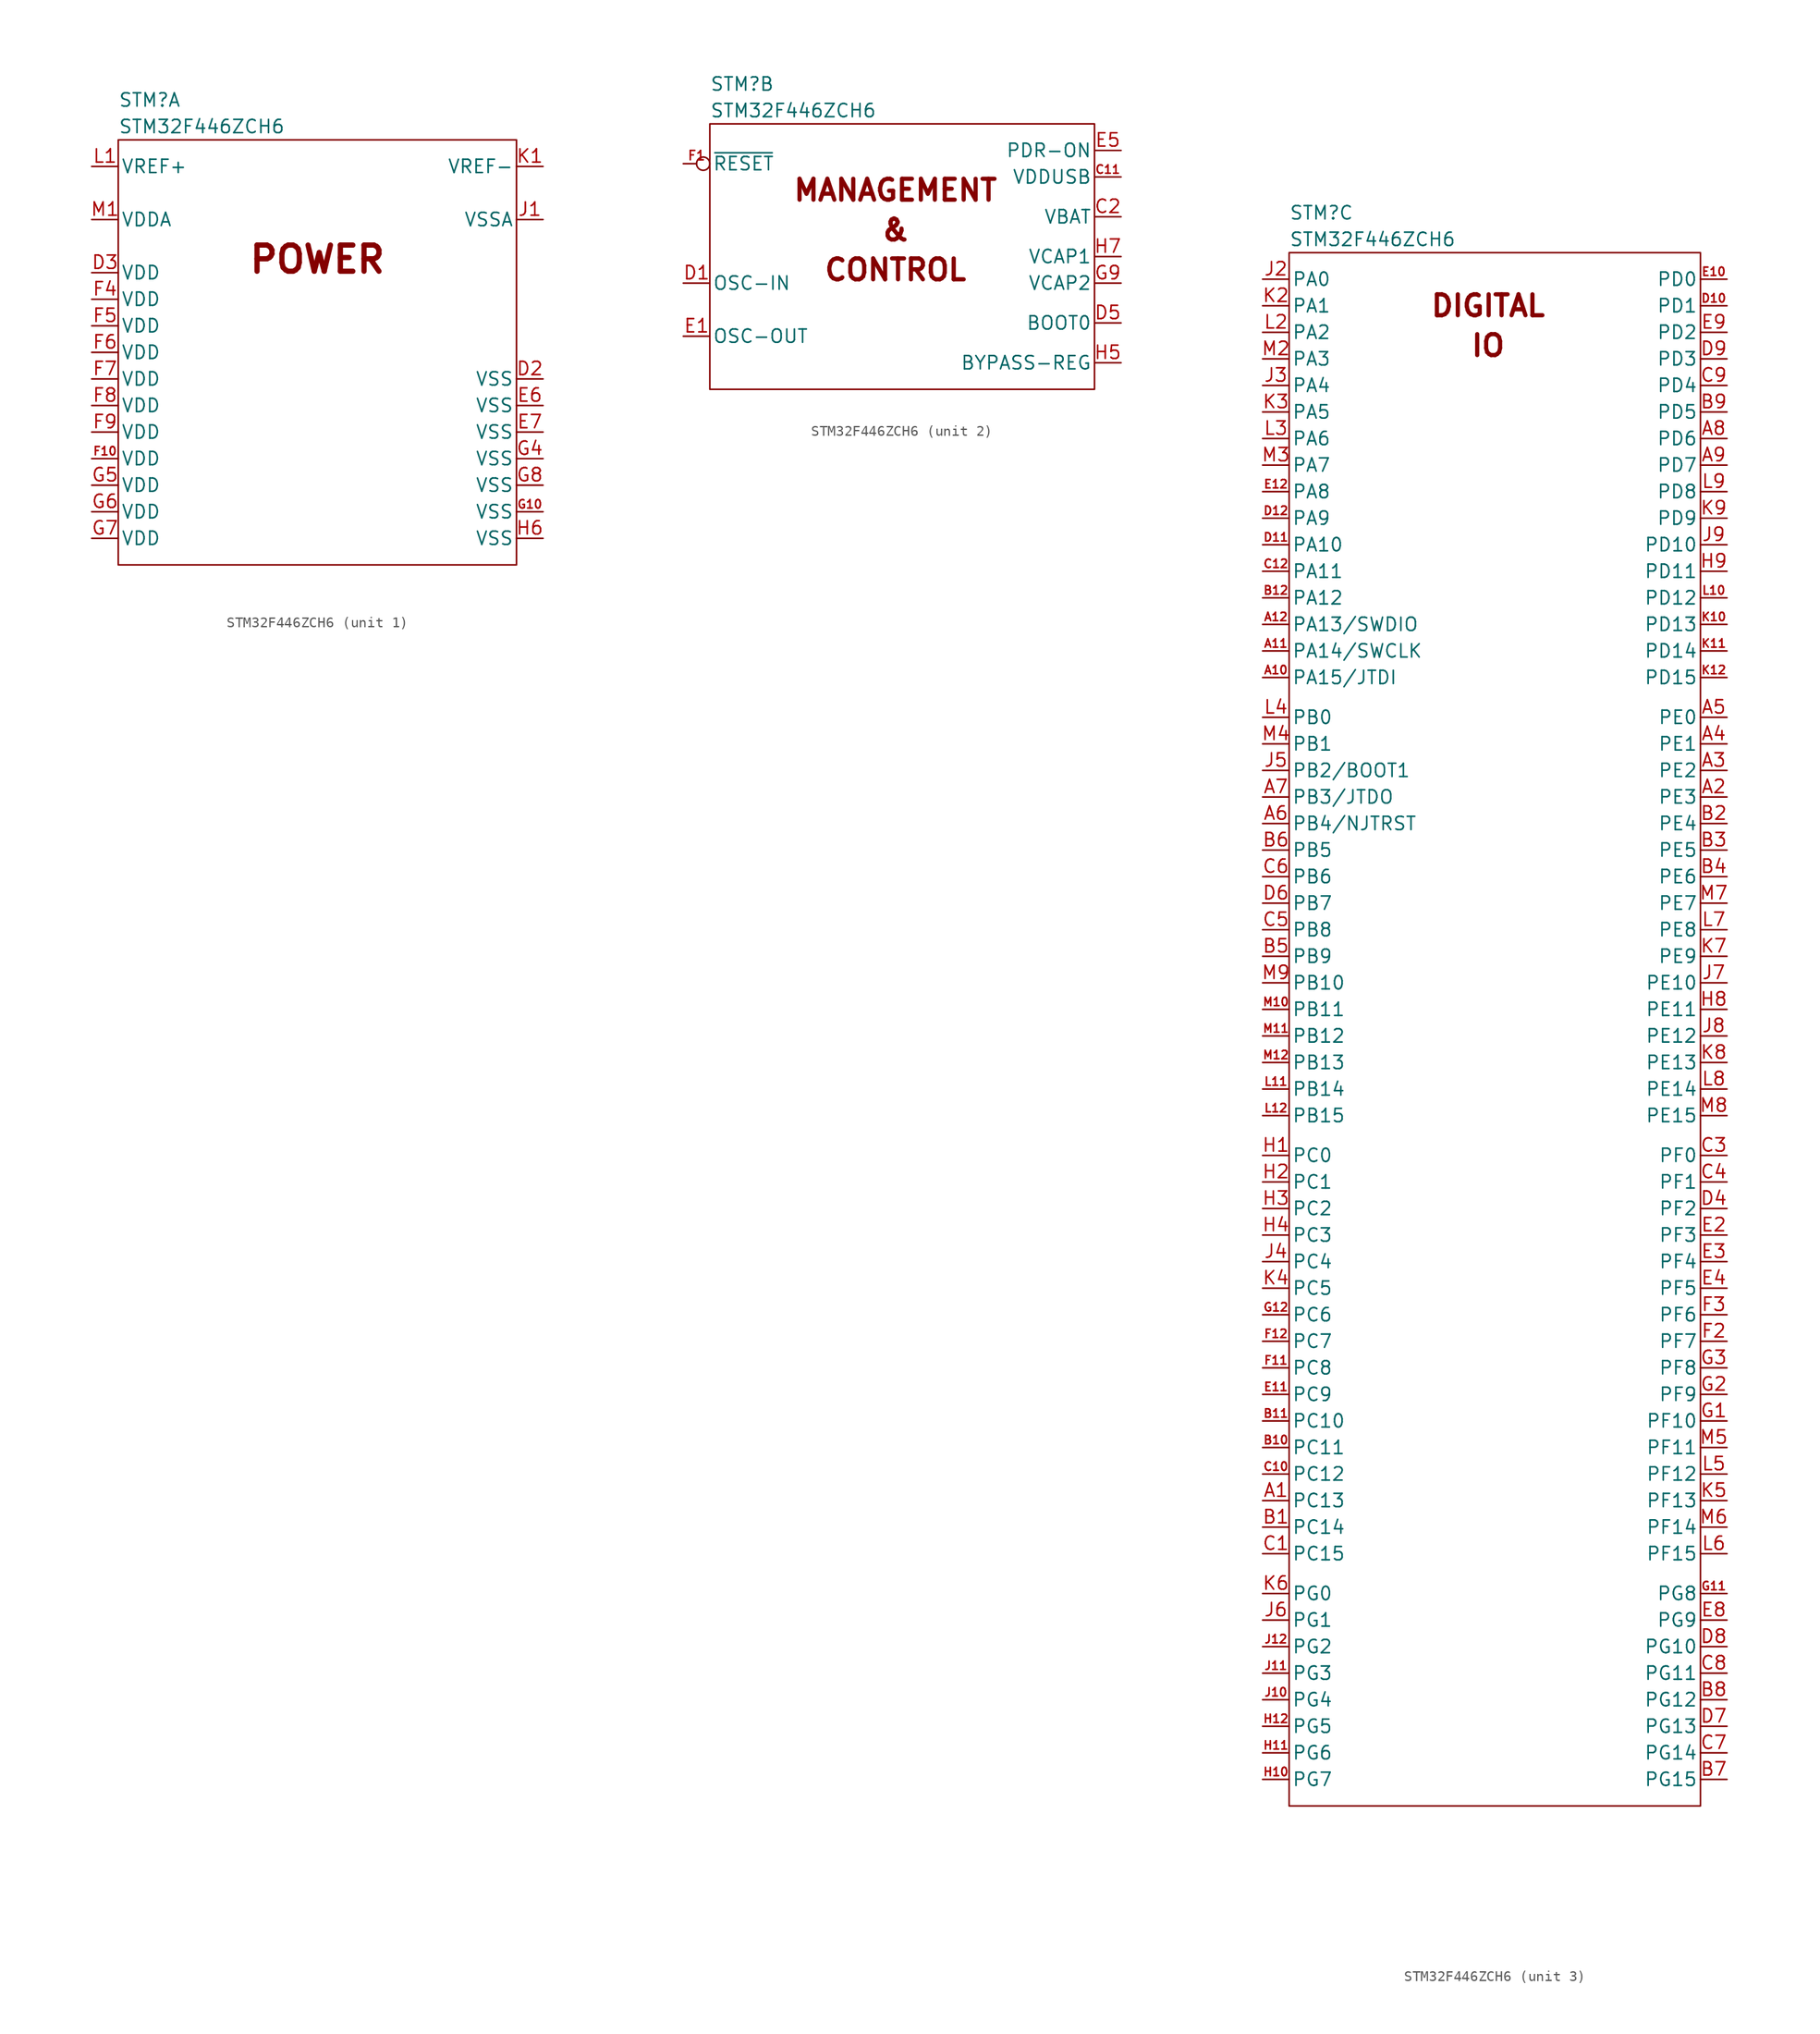
<source format=kicad_sym>
(kicad_symbol_lib
  (version 20211014)
  (generator kicad_symbol_editor)
  (symbol "STM32F446ZCH6"
    (pin_names
      (offset 0.254))
    (property "Reference" "STM"
      (at 0 3.81 0)
      (effects (font (size 1.27 1.27)) (justify left)))
    (property "Value" "STM32F446ZCH6"
      (at 0 1.27 0)
      (effects (font (size 1.27 1.27)) (justify left)))
    (property "ki_locked" ""
      (at 0 0 0)
      (effects (font (size 1.27 1.27))))
    (symbol "STM32F446ZCH6_1_0"
      (text "POWER" (at 19.05 -11.43 0) (effects (font (size 2.5 2.5) bold)))
      (pin power_in line (at 40.64 -22.86 180) (length 2.54) (name "VSS" (effects (font (size 1.27 1.27)))) (number "D2" (effects (font (size 1.27 1.27)))))
      (pin power_in line (at -2.54 -12.7 0) (length 2.54) (name "VDD" (effects (font (size 1.27 1.27)))) (number "D3" (effects (font (size 1.27 1.27)))))
      (pin power_in line (at 40.64 -25.4 180) (length 2.54) (name "VSS" (effects (font (size 1.27 1.27)))) (number "E6" (effects (font (size 1.27 1.27)))))
      (pin power_in line (at 40.64 -27.94 180) (length 2.54) (name "VSS" (effects (font (size 1.27 1.27)))) (number "E7" (effects (font (size 1.27 1.27)))))
      (pin power_in line (at -2.54 -30.48 0) (length 2.54) (name "VDD" (effects (font (size 1.27 1.27)))) (number "F10" (effects (font (size 0.8 0.8)))))
      (pin power_in line (at -2.54 -15.24 0) (length 2.54) (name "VDD" (effects (font (size 1.27 1.27)))) (number "F4" (effects (font (size 1.27 1.27)))))
      (pin power_in line (at -2.54 -17.78 0) (length 2.54) (name "VDD" (effects (font (size 1.27 1.27)))) (number "F5" (effects (font (size 1.27 1.27)))))
      (pin power_in line (at -2.54 -20.32 0) (length 2.54) (name "VDD" (effects (font (size 1.27 1.27)))) (number "F6" (effects (font (size 1.27 1.27)))))
      (pin power_in line (at -2.54 -22.86 0) (length 2.54) (name "VDD" (effects (font (size 1.27 1.27)))) (number "F7" (effects (font (size 1.27 1.27)))))
      (pin power_in line (at -2.54 -25.4 0) (length 2.54) (name "VDD" (effects (font (size 1.27 1.27)))) (number "F8" (effects (font (size 1.27 1.27)))))
      (pin power_in line (at -2.54 -27.94 0) (length 2.54) (name "VDD" (effects (font (size 1.27 1.27)))) (number "F9" (effects (font (size 1.27 1.27)))))
      (pin power_in line (at 40.64 -35.56 180) (length 2.54) (name "VSS" (effects (font (size 1.27 1.27)))) (number "G10" (effects (font (size 0.8 0.8)))))
      (pin power_in line (at 40.64 -30.48 180) (length 2.54) (name "VSS" (effects (font (size 1.27 1.27)))) (number "G4" (effects (font (size 1.27 1.27)))))
      (pin power_in line (at -2.54 -33.02 0) (length 2.54) (name "VDD" (effects (font (size 1.27 1.27)))) (number "G5" (effects (font (size 1.27 1.27)))))
      (pin power_in line (at -2.54 -35.56 0) (length 2.54) (name "VDD" (effects (font (size 1.27 1.27)))) (number "G6" (effects (font (size 1.27 1.27)))))
      (pin power_in line (at -2.54 -38.1 0) (length 2.54) (name "VDD" (effects (font (size 1.27 1.27)))) (number "G7" (effects (font (size 1.27 1.27)))))
      (pin power_in line (at 40.64 -33.02 180) (length 2.54) (name "VSS" (effects (font (size 1.27 1.27)))) (number "G8" (effects (font (size 1.27 1.27)))))
      (pin power_in line (at 40.64 -38.1 180) (length 2.54) (name "VSS" (effects (font (size 1.27 1.27)))) (number "H6" (effects (font (size 1.27 1.27)))))
      (pin power_in line (at 40.64 -7.62 180) (length 2.54) (name "VSSA" (effects (font (size 1.27 1.27)))) (number "J1" (effects (font (size 1.27 1.27)))))
      (pin bidirectional line (at 40.64 -2.54 180) (length 2.54) (name "VREF-" (effects (font (size 1.27 1.27)))) (number "K1" (effects (font (size 1.27 1.27)))))
      (pin bidirectional line (at -2.54 -2.54 0) (length 2.54) (name "VREF+" (effects (font (size 1.27 1.27)))) (number "L1" (effects (font (size 1.27 1.27)))))
      (pin power_in line (at -2.54 -7.62 0) (length 2.54) (name "VDDA" (effects (font (size 1.27 1.27)))) (number "M1" (effects (font (size 1.27 1.27))))))
    (symbol "STM32F446ZCH6_1_1"
      (rectangle (start 0 0) (end 38.1 -40.64) (stroke (width 0) (type default) (color 0 0 0 0)) (fill (type none))))
    (symbol "STM32F446ZCH6_2_0"
      (text "&" (at 17.78 -10.16 0) (effects (font (size 2 2) bold)))
      (text "CONTROL" (at 17.78 -13.97 0) (effects (font (size 2 2) bold)))
      (text "MANAGEMENT" (at 17.78 -6.35 0) (effects (font (size 2 2) bold)))
      (pin power_in line (at 39.37 -5.08 180) (length 2.54) (name "VDDUSB" (effects (font (size 1.27 1.27)))) (number "C11" (effects (font (size 0.8 0.8)))))
      (pin power_in line (at 39.37 -8.89 180) (length 2.54) (name "VBAT" (effects (font (size 1.27 1.27)))) (number "C2" (effects (font (size 1.27 1.27)))))
      (pin passive line (at -2.54 -15.24 0) (length 2.54) (name "OSC-IN" (effects (font (size 1.27 1.27)))) (number "D1" (effects (font (size 1.27 1.27)))))
      (pin input line (at 39.37 -19.05 180) (length 2.54) (name "BOOT0" (effects (font (size 1.27 1.27)))) (number "D5" (effects (font (size 1.27 1.27)))))
      (pin passive line (at -2.54 -20.32 0) (length 2.54) (name "OSC-OUT" (effects (font (size 1.27 1.27)))) (number "E1" (effects (font (size 1.27 1.27)))))
      (pin input line (at 39.37 -2.54 180) (length 2.54) (name "PDR-ON" (effects (font (size 1.27 1.27)))) (number "E5" (effects (font (size 1.27 1.27)))))
      (pin input inverted (at -2.54 -3.81 0) (length 2.54) (name "~{RESET}" (effects (font (size 1.27 1.27)))) (number "F1" (effects (font (size 0.9 0.9)))))
      (pin passive line (at 39.37 -15.24 180) (length 2.54) (name "VCAP2" (effects (font (size 1.27 1.27)))) (number "G9" (effects (font (size 1.27 1.27)))))
      (pin input line (at 39.37 -22.86 180) (length 2.54) (name "BYPASS-REG" (effects (font (size 1.27 1.27)))) (number "H5" (effects (font (size 1.27 1.27)))))
      (pin passive line (at 39.37 -12.7 180) (length 2.54) (name "VCAP1" (effects (font (size 1.27 1.27)))) (number "H7" (effects (font (size 1.27 1.27))))))
    (symbol "STM32F446ZCH6_2_1"
      (rectangle (start 0 0) (end 36.83 -25.4) (stroke (width 0) (type default) (color 0 0 0 0)) (fill (type none))))
    (symbol "STM32F446ZCH6_3_0"
      (text "DIGITAL" (at 19.05 -5.08 0) (effects (font (size 2 2) bold)))
      (text "IO" (at 19.05 -8.89 0) (effects (font (size 2 2) bold)))
      (pin bidirectional line (at -2.54 -119.38 0) (length 2.54) (name "PC13" (effects (font (size 1.27 1.27)))) (number "A1" (effects (font (size 1.27 1.27)))) (alternate "EVENTOUT" output line) (alternate "TAMP_1" input line) (alternate "WKUP1" input line))
      (pin bidirectional line (at -2.54 -40.64 0) (length 2.54) (name "PA15/JTDI" (effects (font (size 1.27 1.27)))) (number "A10" (effects (font (size 0.8 0.8)))) (alternate "HDMI-CEC" bidirectional line) (alternate "I2S1-WS" bidirectional line) (alternate "I2S3-WS" bidirectional line) (alternate "JTDI" bidirectional line) (alternate "SPI1-NSS" bidirectional line) (alternate "SPI3-NSS" bidirectional line) (alternate "TIM2-CH1" bidirectional line) (alternate "TIM2-ETR" bidirectional line) (alternate "UART4-RTS" bidirectional line))
      (pin bidirectional line (at -2.54 -38.1 0) (length 2.54) (name "PA14/SWCLK" (effects (font (size 1.27 1.27)))) (number "A11" (effects (font (size 0.8 0.8)))) (alternate "JTCK" bidirectional line) (alternate "JTCK-SWCLK" bidirectional line) (alternate "SWCLK" bidirectional line))
      (pin bidirectional line (at -2.54 -35.56 0) (length 2.54) (name "PA13/SWDIO" (effects (font (size 1.27 1.27)))) (number "A12" (effects (font (size 0.8 0.8)))) (alternate "JTMS" bidirectional line) (alternate "JTMS-SWDIO" bidirectional line) (alternate "SWDIO" bidirectional line))
      (pin bidirectional line (at 41.91 -52.07 180) (length 2.54) (name "PE3" (effects (font (size 1.27 1.27)))) (number "A2" (effects (font (size 1.27 1.27)))) (alternate "FMC-A19" bidirectional line) (alternate "SAI1-SD-B" bidirectional line) (alternate "TRACED0" bidirectional line))
      (pin bidirectional line (at 41.91 -49.53 180) (length 2.54) (name "PE2" (effects (font (size 1.27 1.27)))) (number "A3" (effects (font (size 1.27 1.27)))) (alternate "FMC-A23" bidirectional line) (alternate "QSPI-BK1-IO2" bidirectional line) (alternate "SAI1-MCLK-A" bidirectional line) (alternate "SPI4-SCK" bidirectional line) (alternate "TRACECLK" bidirectional line))
      (pin bidirectional line (at 41.91 -46.99 180) (length 2.54) (name "PE1" (effects (font (size 1.27 1.27)))) (number "A4" (effects (font (size 1.27 1.27)))) (alternate "DCMI-D3" bidirectional line) (alternate "FMC-NBL1" bidirectional line))
      (pin bidirectional line (at 41.91 -44.45 180) (length 2.54) (name "PE0" (effects (font (size 1.27 1.27)))) (number "A5" (effects (font (size 1.27 1.27)))) (alternate "DCMI-D2" bidirectional line) (alternate "FMC-NBL0" bidirectional line) (alternate "SAI2-MCLK-A" bidirectional line) (alternate "TIM4-ETR" bidirectional line))
      (pin bidirectional line (at -2.54 -54.61 0) (length 2.54) (name "PB4/NJTRST" (effects (font (size 1.27 1.27)))) (number "A6" (effects (font (size 1.27 1.27)))) (alternate "I2C3-SDA" bidirectional line) (alternate "I2S2-WS" bidirectional line) (alternate "NJTRST" bidirectional line) (alternate "SPI1-CIPO" bidirectional line) (alternate "SPI2-NSS" bidirectional line) (alternate "SPI3-CIPO" bidirectional line) (alternate "TIM3-CH1" bidirectional line))
      (pin bidirectional line (at -2.54 -52.07 0) (length 2.54) (name "PB3/JTDO" (effects (font (size 1.27 1.27)))) (number "A7" (effects (font (size 1.27 1.27)))) (alternate "I2C2-SDA" bidirectional line) (alternate "I2S1-CK" bidirectional line) (alternate "I2S3-CK" bidirectional line) (alternate "JTDO" bidirectional line) (alternate "JTDO-TRACESWO" bidirectional line) (alternate "SPI1-SCK" bidirectional line) (alternate "SPI3-SCK" bidirectional line) (alternate "TIM2-CH2" bidirectional line) (alternate "TRACESWO" bidirectional line))
      (pin bidirectional line (at 41.91 -17.78 180) (length 2.54) (name "PD6" (effects (font (size 1.27 1.27)))) (number "A8" (effects (font (size 1.27 1.27)))) (alternate "DCMI-D10" bidirectional line) (alternate "FMC-NWAIT" bidirectional line) (alternate "I2S3-SD" bidirectional line) (alternate "SAI1-SD-A" bidirectional line) (alternate "SPI3-COPI" bidirectional line) (alternate "USART2-RX" bidirectional line))
      (pin bidirectional line (at 41.91 -20.32 180) (length 2.54) (name "PD7" (effects (font (size 1.27 1.27)))) (number "A9" (effects (font (size 1.27 1.27)))) (alternate "FMC-NE1" bidirectional line) (alternate "SPDIFRX-0" bidirectional line) (alternate "USART2-CK" bidirectional line))
      (pin bidirectional line (at -2.54 -121.92 0) (length 2.54) (name "PC14" (effects (font (size 1.27 1.27)))) (number "B1" (effects (font (size 1.27 1.27)))) (alternate "OSC32-IN" bidirectional line))
      (pin bidirectional line (at -2.54 -114.3 0) (length 2.54) (name "PC11" (effects (font (size 1.27 1.27)))) (number "B10" (effects (font (size 0.8 0.8)))) (alternate "DCMI-D4" bidirectional line) (alternate "QSPI-BK2-NCS" bidirectional line) (alternate "SDIO-D3" bidirectional line) (alternate "SPI3-CIPO" bidirectional line) (alternate "UART4-RX" bidirectional line) (alternate "USART3-RX" bidirectional line))
      (pin bidirectional line (at -2.54 -111.76 0) (length 2.54) (name "PC10" (effects (font (size 1.27 1.27)))) (number "B11" (effects (font (size 0.8 0.8)))) (alternate "DCMI-D8" bidirectional line) (alternate "I2S3-CK" bidirectional line) (alternate "QSPI-BK1-IO1" bidirectional line) (alternate "SDIO-D2" bidirectional line) (alternate "SPI3-SCK" bidirectional line) (alternate "UART4-TX" bidirectional line) (alternate "USART3-TX" bidirectional line))
      (pin bidirectional line (at -2.54 -33.02 0) (length 2.54) (name "PA12" (effects (font (size 1.27 1.27)))) (number "B12" (effects (font (size 0.8 0.8)))) (alternate "CAN1-TX" bidirectional line) (alternate "SAI1-FS-B" bidirectional line) (alternate "TIM1-ETR" bidirectional line) (alternate "USART1-RTS" bidirectional line) (alternate "USBFS-DP" bidirectional line))
      (pin bidirectional line (at 41.91 -54.61 180) (length 2.54) (name "PE4" (effects (font (size 1.27 1.27)))) (number "B2" (effects (font (size 1.27 1.27)))) (alternate "DCMI-D4" bidirectional line) (alternate "FMC-A20" bidirectional line) (alternate "SAI1-FS-A" bidirectional line) (alternate "SPI4-NSS" bidirectional line) (alternate "TRACED1" bidirectional line))
      (pin bidirectional line (at 41.91 -57.15 180) (length 2.54) (name "PE5" (effects (font (size 1.27 1.27)))) (number "B3" (effects (font (size 1.27 1.27)))) (alternate "DCMI-D6" bidirectional line) (alternate "FMC-A21" bidirectional line) (alternate "SAI1-SCK-A" bidirectional line) (alternate "SPI4-CIPO" bidirectional line) (alternate "TIM9-CH1" bidirectional line) (alternate "TRACED2" bidirectional line))
      (pin bidirectional line (at 41.91 -59.69 180) (length 2.54) (name "PE6" (effects (font (size 1.27 1.27)))) (number "B4" (effects (font (size 1.27 1.27)))) (alternate "DCMI-D7" bidirectional line) (alternate "FMC-A22" bidirectional line) (alternate "SAI1-SD-A" bidirectional line) (alternate "SPI4-COPI" bidirectional line) (alternate "TIM9-CH2" bidirectional line) (alternate "TRACED3" bidirectional line))
      (pin bidirectional line (at -2.54 -67.31 0) (length 2.54) (name "PB9" (effects (font (size 1.27 1.27)))) (number "B5" (effects (font (size 1.27 1.27)))) (alternate "CAN1-TX" bidirectional line) (alternate "DCMI-D7" bidirectional line) (alternate "I2C1-SDA" bidirectional line) (alternate "I2S2-WS" bidirectional line) (alternate "SAI1-FS-B" bidirectional line) (alternate "SDIO-D5" bidirectional line) (alternate "SPI2-NSS" bidirectional line) (alternate "TIM11-CH1" bidirectional line) (alternate "TIM2-CH2" bidirectional line) (alternate "TIM4-CH4" bidirectional line))
      (pin bidirectional line (at -2.54 -57.15 0) (length 2.54) (name "PB5" (effects (font (size 1.27 1.27)))) (number "B6" (effects (font (size 1.27 1.27)))) (alternate "CAN-RX" bidirectional line) (alternate "DCMI-D10" bidirectional line) (alternate "FMC-SDCKE1" bidirectional line) (alternate "I2C1-SMBA" bidirectional line) (alternate "I2S1-SD" bidirectional line) (alternate "I2S3-SD" bidirectional line) (alternate "OTG-HS-ULPI-D7" bidirectional line) (alternate "SPI1-COPI" bidirectional line) (alternate "SPI3-COPI" bidirectional line) (alternate "TIM3-CH2" bidirectional line))
      (pin bidirectional line (at 41.91 -146.05 180) (length 2.54) (name "PG15" (effects (font (size 1.27 1.27)))) (number "B7" (effects (font (size 1.27 1.27)))) (alternate "DCMI-D13" bidirectional line) (alternate "FMC-SDNCAS" bidirectional line) (alternate "USART6-CTS" bidirectional line))
      (pin bidirectional line (at 41.91 -138.43 180) (length 2.54) (name "PG12" (effects (font (size 1.27 1.27)))) (number "B8" (effects (font (size 1.27 1.27)))) (alternate "FMC-NE4" bidirectional line) (alternate "SPDIFRX-1" bidirectional line) (alternate "SPI4-CIPO" bidirectional line) (alternate "USART6-RTS" bidirectional line))
      (pin bidirectional line (at 41.91 -15.24 180) (length 2.54) (name "PD5" (effects (font (size 1.27 1.27)))) (number "B9" (effects (font (size 1.27 1.27)))) (alternate "FMC-NWE" bidirectional line) (alternate "USART2-TX" bidirectional line))
      (pin bidirectional line (at -2.54 -124.46 0) (length 2.54) (name "PC15" (effects (font (size 1.27 1.27)))) (number "C1" (effects (font (size 1.27 1.27)))) (alternate "OSC32-OUT" bidirectional line))
      (pin bidirectional line (at -2.54 -116.84 0) (length 2.54) (name "PC12" (effects (font (size 1.27 1.27)))) (number "C10" (effects (font (size 0.8 0.8)))) (alternate "DCMI-D9" bidirectional line) (alternate "I2C2-SDA" bidirectional line) (alternate "I2S3-SD" bidirectional line) (alternate "SDIO-CK" bidirectional line) (alternate "SPI3-COPI" bidirectional line) (alternate "UART5-TX" bidirectional line) (alternate "USART3-CK" bidirectional line))
      (pin bidirectional line (at -2.54 -30.48 0) (length 2.54) (name "PA11" (effects (font (size 1.27 1.27)))) (number "C12" (effects (font (size 0.8 0.8)))) (alternate "CAN1-RX" bidirectional line) (alternate "TIM1-CH4" bidirectional line) (alternate "USART1-CTS" bidirectional line) (alternate "USBFS-DM" bidirectional line))
      (pin bidirectional line (at 41.91 -86.36 180) (length 2.54) (name "PF0" (effects (font (size 1.27 1.27)))) (number "C3" (effects (font (size 1.27 1.27)))) (alternate "FMC-A0" bidirectional line) (alternate "I2C2-SDA" bidirectional line))
      (pin bidirectional line (at 41.91 -88.9 180) (length 2.54) (name "PF1" (effects (font (size 1.27 1.27)))) (number "C4" (effects (font (size 1.27 1.27)))) (alternate "FMC-A1" bidirectional line) (alternate "I2C2-SCL" bidirectional line))
      (pin bidirectional line (at -2.54 -64.77 0) (length 2.54) (name "PB8" (effects (font (size 1.27 1.27)))) (number "C5" (effects (font (size 1.27 1.27)))) (alternate "CAN1-RX" bidirectional line) (alternate "DCMI-D6" bidirectional line) (alternate "I2C1-SCL" bidirectional line) (alternate "SDIO-D4" bidirectional line) (alternate "TIM10-CH1" bidirectional line) (alternate "TIM2-CH1" bidirectional line) (alternate "TIM2-ETR" bidirectional line) (alternate "TIM4-CH3" bidirectional line))
      (pin bidirectional line (at -2.54 -59.69 0) (length 2.54) (name "PB6" (effects (font (size 1.27 1.27)))) (number "C6" (effects (font (size 1.27 1.27)))) (alternate "CAN2-TX" bidirectional line) (alternate "DCMI-D5" bidirectional line) (alternate "FMC-SDNE1" bidirectional line) (alternate "HDMI-CEC" bidirectional line) (alternate "I2C1-SCL" bidirectional line) (alternate "QSPI-BK1-NCS" bidirectional line) (alternate "TIM4-CH1" bidirectional line) (alternate "USART1-TX" bidirectional line))
      (pin bidirectional line (at 41.91 -143.51 180) (length 2.54) (name "PG14" (effects (font (size 1.27 1.27)))) (number "C7" (effects (font (size 1.27 1.27)))) (alternate "FMC-A25" bidirectional line) (alternate "QSPI-BK2-IO3" bidirectional line) (alternate "SPI4-NSS" bidirectional line) (alternate "TRACED3" bidirectional line) (alternate "USART6-TX" bidirectional line))
      (pin bidirectional line (at 41.91 -135.89 180) (length 2.54) (name "PG11" (effects (font (size 1.27 1.27)))) (number "C8" (effects (font (size 1.27 1.27)))) (alternate "DCMI-D3" bidirectional line) (alternate "SPDIFRX-0" bidirectional line) (alternate "SPI4-SCK" bidirectional line))
      (pin bidirectional line (at 41.91 -12.7 180) (length 2.54) (name "PD4" (effects (font (size 1.27 1.27)))) (number "C9" (effects (font (size 1.27 1.27)))) (alternate "FMC-NOE" bidirectional line) (alternate "USART2-RTS" bidirectional line))
      (pin bidirectional line (at 41.91 -5.08 180) (length 2.54) (name "PD1" (effects (font (size 1.27 1.27)))) (number "D10" (effects (font (size 0.8 0.8)))) (alternate "CAN1-TX" bidirectional line) (alternate "FMC-D3" bidirectional line) (alternate "I2S2-WS" bidirectional line) (alternate "SPI2-NSS" bidirectional line))
      (pin bidirectional line (at -2.54 -27.94 0) (length 2.54) (name "PA10" (effects (font (size 1.27 1.27)))) (number "D11" (effects (font (size 0.8 0.8)))) (alternate "DCMI-D1" bidirectional line) (alternate "OTG-FS-ID" bidirectional line) (alternate "TIM1-CH3" bidirectional line) (alternate "USART1-RX" bidirectional line))
      (pin bidirectional line (at -2.54 -25.4 0) (length 2.54) (name "PA9" (effects (font (size 1.27 1.27)))) (number "D12" (effects (font (size 0.8 0.8)))) (alternate "DCMI-D0" bidirectional line) (alternate "I2C3-SMBA" bidirectional line) (alternate "I2S2-CK" bidirectional line) (alternate "OTG-FS-VBUS" bidirectional line) (alternate "SAI1-SD-B" bidirectional line) (alternate "SPI2-SCK" bidirectional line) (alternate "TIM1-CH2" bidirectional line) (alternate "USART1-TX" bidirectional line))
      (pin bidirectional line (at 41.91 -91.44 180) (length 2.54) (name "PF2" (effects (font (size 1.27 1.27)))) (number "D4" (effects (font (size 1.27 1.27)))) (alternate "FMC-A2" bidirectional line) (alternate "I2C2-SMBA" bidirectional line))
      (pin bidirectional line (at -2.54 -62.23 0) (length 2.54) (name "PB7" (effects (font (size 1.27 1.27)))) (number "D6" (effects (font (size 1.27 1.27)))) (alternate "DCMI-VSYNC" bidirectional line) (alternate "FMC-NL" bidirectional line) (alternate "I2C1-SDA" bidirectional line) (alternate "SPDIFRX-0" bidirectional line) (alternate "TIM4-CH2" bidirectional line) (alternate "USART1-RX" bidirectional line))
      (pin bidirectional line (at 41.91 -140.97 180) (length 2.54) (name "PG13" (effects (font (size 1.27 1.27)))) (number "D7" (effects (font (size 1.27 1.27)))) (alternate "FMC-A24" bidirectional line) (alternate "SPI4-COPI" bidirectional line) (alternate "TRACED2" bidirectional line) (alternate "USART6-CTS" bidirectional line))
      (pin bidirectional line (at 41.91 -133.35 180) (length 2.54) (name "PG10" (effects (font (size 1.27 1.27)))) (number "D8" (effects (font (size 1.27 1.27)))) (alternate "DCMI-D2" bidirectional line) (alternate "FMC-NE3" bidirectional line) (alternate "SAI2-SD-B" bidirectional line))
      (pin bidirectional line (at 41.91 -10.16 180) (length 2.54) (name "PD3" (effects (font (size 1.27 1.27)))) (number "D9" (effects (font (size 1.27 1.27)))) (alternate "DCMI-D5" bidirectional line) (alternate "FMC-CLK" bidirectional line) (alternate "I2S2-CK" bidirectional line) (alternate "QSPI-CLK" bidirectional line) (alternate "SPI2-SCK" bidirectional line) (alternate "TRACED1" bidirectional line) (alternate "USART2-CTS" bidirectional line))
      (pin bidirectional line (at 41.91 -2.54 180) (length 2.54) (name "PD0" (effects (font (size 1.27 1.27)))) (number "E10" (effects (font (size 0.8 0.8)))) (alternate "CAN1-RX" bidirectional line) (alternate "FMC-D2" bidirectional line) (alternate "I2S3-SD" bidirectional line) (alternate "SPI3-COPI" bidirectional line) (alternate "SPI4-CIPO" bidirectional line))
      (pin bidirectional line (at -2.54 -109.22 0) (length 2.54) (name "PC9" (effects (font (size 1.27 1.27)))) (number "E11" (effects (font (size 0.8 0.8)))) (alternate "DCMI-D3" bidirectional line) (alternate "I2C3-SDA" bidirectional line) (alternate "I2S-CKIN" bidirectional line) (alternate "MCO2" bidirectional line) (alternate "QSPI-BK1-IO0" bidirectional line) (alternate "SDIO-D1" bidirectional line) (alternate "TIM3-CH4" bidirectional line) (alternate "TIM8-CH4" bidirectional line) (alternate "UART5-CTS" bidirectional line))
      (pin bidirectional line (at -2.54 -22.86 0) (length 2.54) (name "PA8" (effects (font (size 1.27 1.27)))) (number "E12" (effects (font (size 0.8 0.8)))) (alternate "I2C3-SCL" bidirectional line) (alternate "MCO1" bidirectional line) (alternate "OTG-FS-SOF" bidirectional line) (alternate "TIM1-CH1" bidirectional line) (alternate "USART1-CK" bidirectional line))
      (pin bidirectional line (at 41.91 -93.98 180) (length 2.54) (name "PF3" (effects (font (size 1.27 1.27)))) (number "E2" (effects (font (size 1.27 1.27)))) (alternate "ADC3-9" bidirectional line) (alternate "FMC-A3" bidirectional line))
      (pin bidirectional line (at 41.91 -96.52 180) (length 2.54) (name "PF4" (effects (font (size 1.27 1.27)))) (number "E3" (effects (font (size 1.27 1.27)))) (alternate "ADC3-14" bidirectional line) (alternate "FMC-A4" bidirectional line))
      (pin bidirectional line (at 41.91 -99.06 180) (length 2.54) (name "PF5" (effects (font (size 1.27 1.27)))) (number "E4" (effects (font (size 1.27 1.27)))) (alternate "ADC3-15" bidirectional line) (alternate "FMC-A5" bidirectional line))
      (pin bidirectional line (at 41.91 -130.81 180) (length 2.54) (name "PG9" (effects (font (size 1.27 1.27)))) (number "E8" (effects (font (size 1.27 1.27)))) (alternate "DCMI-VSYNC" bidirectional line) (alternate "FMC-NCE3" bidirectional line) (alternate "FMC-NE2" bidirectional line) (alternate "QSPI-BK2-IO2" bidirectional line) (alternate "SAI2-FS-B" bidirectional line) (alternate "SPDIFRX-3" bidirectional line) (alternate "USART6-RX" bidirectional line))
      (pin bidirectional line (at 41.91 -7.62 180) (length 2.54) (name "PD2" (effects (font (size 1.27 1.27)))) (number "E9" (effects (font (size 1.27 1.27)))) (alternate "DCMI-D11" bidirectional line) (alternate "SDIO-CMD" bidirectional line) (alternate "TIM3-ETR" bidirectional line) (alternate "UART5-RX" bidirectional line))
      (pin bidirectional line (at -2.54 -106.68 0) (length 2.54) (name "PC8" (effects (font (size 1.27 1.27)))) (number "F11" (effects (font (size 0.8 0.8)))) (alternate "DCMI-D2" bidirectional line) (alternate "SDIO-D0" bidirectional line) (alternate "TIM3-CH3" bidirectional line) (alternate "TIM8-CH3" bidirectional line) (alternate "TRACED0" bidirectional line) (alternate "UART5-RTS" bidirectional line) (alternate "USART6-CK" bidirectional line))
      (pin bidirectional line (at -2.54 -104.14 0) (length 2.54) (name "PC7" (effects (font (size 1.27 1.27)))) (number "F12" (effects (font (size 0.8 0.8)))) (alternate "DCMI-D1" bidirectional line) (alternate "FMPI2C1-SDA" bidirectional line) (alternate "I2S2-CK" bidirectional line) (alternate "I2S3-MCK" bidirectional line) (alternate "SDIO-D7" bidirectional line) (alternate "SPDIFRX-1" bidirectional line) (alternate "SPI2-SCK" bidirectional line) (alternate "TIM3-CH2" bidirectional line) (alternate "TIM8-CH2" bidirectional line) (alternate "USART6-RX" bidirectional line))
      (pin bidirectional line (at 41.91 -104.14 180) (length 2.54) (name "PF7" (effects (font (size 1.27 1.27)))) (number "F2" (effects (font (size 1.27 1.27)))) (alternate "ADC3-5" bidirectional line) (alternate "QSPI-BK1-IO2" bidirectional line) (alternate "SAI1-MCLK-B" bidirectional line) (alternate "TIM11-CH1" bidirectional line))
      (pin bidirectional line (at 41.91 -101.6 180) (length 2.54) (name "PF6" (effects (font (size 1.27 1.27)))) (number "F3" (effects (font (size 1.27 1.27)))) (alternate "ADC3-4" bidirectional line) (alternate "QSPI-BK1-IO3" bidirectional line) (alternate "SAI1-SD-B" bidirectional line) (alternate "TIM10-CH1" bidirectional line))
      (pin bidirectional line (at 41.91 -111.76 180) (length 2.54) (name "PF10" (effects (font (size 1.27 1.27)))) (number "G1" (effects (font (size 1.27 1.27)))) (alternate "ADC3-8" bidirectional line) (alternate "DCMI-D11" bidirectional line))
      (pin bidirectional line (at 41.91 -128.27 180) (length 2.54) (name "PG8" (effects (font (size 1.27 1.27)))) (number "G11" (effects (font (size 0.8 0.8)))) (alternate "FMC-SDCLK" bidirectional line) (alternate "SPDIFRX-2" bidirectional line) (alternate "USART6-RTS" bidirectional line))
      (pin bidirectional line (at -2.54 -101.6 0) (length 2.54) (name "PC6" (effects (font (size 1.27 1.27)))) (number "G12" (effects (font (size 0.8 0.8)))) (alternate "DCMI-D0" bidirectional line) (alternate "FMPI2C1-SCL" bidirectional line) (alternate "I2C2-MCK" bidirectional line) (alternate "SDIO-D6" bidirectional line) (alternate "TIM3-CH1" bidirectional line) (alternate "TIM8-CH1" bidirectional line) (alternate "USART6-TX" bidirectional line))
      (pin bidirectional line (at 41.91 -109.22 180) (length 2.54) (name "PF9" (effects (font (size 1.27 1.27)))) (number "G2" (effects (font (size 1.27 1.27)))) (alternate "ADC3-7" bidirectional line) (alternate "QSPI-BK1-IO1" bidirectional line) (alternate "SAI1-FS-B" bidirectional line) (alternate "TIM14-CH1" bidirectional line))
      (pin bidirectional line (at 41.91 -106.68 180) (length 2.54) (name "PF8" (effects (font (size 1.27 1.27)))) (number "G3" (effects (font (size 1.27 1.27)))) (alternate "ADC3-6" bidirectional line) (alternate "QSPI-BK1-IO0" bidirectional line) (alternate "SAI1-SCK-B" bidirectional line) (alternate "TIM13-CH1" bidirectional line))
      (pin bidirectional line (at -2.54 -86.36 0) (length 2.54) (name "PC0" (effects (font (size 1.27 1.27)))) (number "H1" (effects (font (size 1.27 1.27)))) (alternate "ADC123-10" bidirectional line) (alternate "FMC-SDNWE" bidirectional line) (alternate "OTG-HS-ULPI-STP" bidirectional line) (alternate "SAI1-MCLK-B" bidirectional line))
      (pin bidirectional line (at -2.54 -146.05 0) (length 2.54) (name "PG7" (effects (font (size 1.27 1.27)))) (number "H10" (effects (font (size 0.8 0.8)))) (alternate "DCMI-D13" bidirectional line) (alternate "FMC-INT" bidirectional line) (alternate "USART6-CK" bidirectional line))
      (pin bidirectional line (at -2.54 -143.51 0) (length 2.54) (name "PG6" (effects (font (size 1.27 1.27)))) (number "H11" (effects (font (size 0.8 0.8)))) (alternate "DCMI-D12" bidirectional line) (alternate "QSPI-BK1-NCS" bidirectional line))
      (pin bidirectional line (at -2.54 -140.97 0) (length 2.54) (name "PG5" (effects (font (size 1.27 1.27)))) (number "H12" (effects (font (size 0.8 0.8)))) (alternate "FMC-A15" bidirectional line) (alternate "FMC-BA1" bidirectional line))
      (pin bidirectional line (at -2.54 -88.9 0) (length 2.54) (name "PC1" (effects (font (size 1.27 1.27)))) (number "H2" (effects (font (size 1.27 1.27)))) (alternate "ADC123-11" bidirectional line) (alternate "I2S2-SD" bidirectional line) (alternate "I2S3-SD" bidirectional line) (alternate "SAI1-SD-A" bidirectional line) (alternate "SPI2-COPI" bidirectional line) (alternate "SPI3-COPI" bidirectional line))
      (pin bidirectional line (at -2.54 -91.44 0) (length 2.54) (name "PC2" (effects (font (size 1.27 1.27)))) (number "H3" (effects (font (size 1.27 1.27)))) (alternate "ADC123-12" bidirectional line) (alternate "FMC-SDNE0" bidirectional line) (alternate "OTG-HS-ULPI-DIR" bidirectional line) (alternate "SPI2-CIPO" bidirectional line))
      (pin bidirectional line (at -2.54 -93.98 0) (length 2.54) (name "PC3" (effects (font (size 1.27 1.27)))) (number "H4" (effects (font (size 1.27 1.27)))) (alternate "ADC123-13" bidirectional line) (alternate "FMC-SDCKE0" bidirectional line) (alternate "I2S2-SD" bidirectional line) (alternate "OTG-HS-ULPI-NXT" bidirectional line) (alternate "SPI2-COPI" bidirectional line))
      (pin bidirectional line (at 41.91 -72.39 180) (length 2.54) (name "PE11" (effects (font (size 1.27 1.27)))) (number "H8" (effects (font (size 1.27 1.27)))) (alternate "FMC-D8" bidirectional line) (alternate "SAI2-SD-B" bidirectional line) (alternate "SPI4-NSS" bidirectional line) (alternate "TIM1-CH2" bidirectional line))
      (pin bidirectional line (at 41.91 -30.48 180) (length 2.54) (name "PD11" (effects (font (size 1.27 1.27)))) (number "H9" (effects (font (size 1.27 1.27)))) (alternate "FMC-A16" bidirectional line) (alternate "FMPI2C1-SMBA" bidirectional line) (alternate "QSPI-BK1-IO0" bidirectional line) (alternate "SAI2-SD-A" bidirectional line) (alternate "USART3-CTS" bidirectional line))
      (pin bidirectional line (at -2.54 -138.43 0) (length 2.54) (name "PG4" (effects (font (size 1.27 1.27)))) (number "J10" (effects (font (size 0.8 0.8)))) (alternate "FMC-A14" bidirectional line) (alternate "FMC-BA0" bidirectional line))
      (pin bidirectional line (at -2.54 -135.89 0) (length 2.54) (name "PG3" (effects (font (size 1.27 1.27)))) (number "J11" (effects (font (size 0.8 0.8)))) (alternate "FMC-A13" bidirectional line))
      (pin bidirectional line (at -2.54 -133.35 0) (length 2.54) (name "PG2" (effects (font (size 1.27 1.27)))) (number "J12" (effects (font (size 0.8 0.8)))) (alternate "FMC-A12" bidirectional line))
      (pin bidirectional line (at -2.54 -2.54 0) (length 2.54) (name "PA0" (effects (font (size 1.27 1.27)))) (number "J2" (effects (font (size 1.27 1.27)))) (alternate "ADC123-0" bidirectional line) (alternate "TAMP-2" bidirectional line) (alternate "TIM2-CH1" bidirectional line) (alternate "TIM2-ETR" bidirectional line) (alternate "TIM5-CH1" bidirectional line) (alternate "TIM8-ETR" bidirectional line) (alternate "UART4-TX" bidirectional line) (alternate "USART2-CTS" bidirectional line) (alternate "WKUP" bidirectional line) (alternate "WKUP0" bidirectional line))
      (pin bidirectional line (at -2.54 -12.7 0) (length 2.54) (name "PA4" (effects (font (size 1.27 1.27)))) (number "J3" (effects (font (size 1.27 1.27)))) (alternate "ADC12-4" bidirectional line) (alternate "DAC-1" bidirectional line) (alternate "DCMI-HSYNC" bidirectional line) (alternate "I2S1-WS" bidirectional line) (alternate "I2S3-WS" bidirectional line) (alternate "OTG-HS-SOF" bidirectional line) (alternate "SPI1-NSS" bidirectional line) (alternate "SPI3-NSS" bidirectional line) (alternate "USART2-CK" bidirectional line))
      (pin bidirectional line (at -2.54 -96.52 0) (length 2.54) (name "PC4" (effects (font (size 1.27 1.27)))) (number "J4" (effects (font (size 1.27 1.27)))) (alternate "ADC12-14" bidirectional line) (alternate "FMC-SDNE0" bidirectional line) (alternate "I2S1-MCK" bidirectional line) (alternate "SPDIFRX-2" bidirectional line))
      (pin bidirectional line (at -2.54 -49.53 0) (length 2.54) (name "PB2/BOOT1" (effects (font (size 1.27 1.27)))) (number "J5" (effects (font (size 1.27 1.27)))) (alternate "I2S3-SD" bidirectional line) (alternate "OTG-HS-ULPI-D4" bidirectional line) (alternate "QSPI-CLK" bidirectional line) (alternate "SAI1-SD-A" bidirectional line) (alternate "SDIO-CK" bidirectional line) (alternate "SPI3-COPI" bidirectional line) (alternate "TIM2-CH4" bidirectional line))
      (pin bidirectional line (at -2.54 -130.81 0) (length 2.54) (name "PG1" (effects (font (size 1.27 1.27)))) (number "J6" (effects (font (size 1.27 1.27)))) (alternate "FMC-A11" bidirectional line))
      (pin bidirectional line (at 41.91 -69.85 180) (length 2.54) (name "PE10" (effects (font (size 1.27 1.27)))) (number "J7" (effects (font (size 1.27 1.27)))) (alternate "FMC-D7" bidirectional line) (alternate "QSPI-BK2-IO3" bidirectional line) (alternate "TIM1-CH2N" bidirectional line))
      (pin bidirectional line (at 41.91 -74.93 180) (length 2.54) (name "PE12" (effects (font (size 1.27 1.27)))) (number "J8" (effects (font (size 1.27 1.27)))) (alternate "FMC-D9" bidirectional line) (alternate "SAI2-SCK-B" bidirectional line) (alternate "SPI4-SCK" bidirectional line) (alternate "TIM1-CH3N" bidirectional line))
      (pin bidirectional line (at 41.91 -27.94 180) (length 2.54) (name "PD10" (effects (font (size 1.27 1.27)))) (number "J9" (effects (font (size 1.27 1.27)))) (alternate "FMC-D15" bidirectional line) (alternate "USART3-CK" bidirectional line))
      (pin bidirectional line (at 41.91 -35.56 180) (length 2.54) (name "PD13" (effects (font (size 1.27 1.27)))) (number "K10" (effects (font (size 0.8 0.8)))) (alternate "FMC-A18" bidirectional line) (alternate "FMPI2C1-SDA" bidirectional line) (alternate "QSPI-BK1-IO3" bidirectional line) (alternate "SAI2-SCK-A" bidirectional line) (alternate "TIM4-CH2" bidirectional line))
      (pin bidirectional line (at 41.91 -38.1 180) (length 2.54) (name "PD14" (effects (font (size 1.27 1.27)))) (number "K11" (effects (font (size 0.8 0.8)))) (alternate "FMC-D0" bidirectional line) (alternate "FMPI2C1-SCL" bidirectional line) (alternate "SAI2-SCK-A" bidirectional line) (alternate "TIM4-CH3" bidirectional line))
      (pin bidirectional line (at 41.91 -40.64 180) (length 2.54) (name "PD15" (effects (font (size 1.27 1.27)))) (number "K12" (effects (font (size 0.8 0.8)))) (alternate "FMC-D1" bidirectional line) (alternate "FMPI2C1-SDA" bidirectional line) (alternate "TIM4-CH4" bidirectional line))
      (pin bidirectional line (at -2.54 -5.08 0) (length 2.54) (name "PA1" (effects (font (size 1.27 1.27)))) (number "K2" (effects (font (size 1.27 1.27)))) (alternate "ADC123-1" bidirectional line) (alternate "QSPI-BK1-IO3" bidirectional line) (alternate "SAI2-MCLK-B" bidirectional line) (alternate "TIM2-CH2" bidirectional line) (alternate "TIM5-CH2" bidirectional line) (alternate "UART4-RX" bidirectional line) (alternate "USART2-RTS" bidirectional line))
      (pin bidirectional line (at -2.54 -15.24 0) (length 2.54) (name "PA5" (effects (font (size 1.27 1.27)))) (number "K3" (effects (font (size 1.27 1.27)))) (alternate "ADC12-5" bidirectional line) (alternate "DAC-2" bidirectional line) (alternate "I2S1-CK" bidirectional line) (alternate "OTG-HS-ULPI-CK" bidirectional line) (alternate "SPI1-SCK" bidirectional line) (alternate "TIM2-CH1" bidirectional line) (alternate "TIM2-ETR" bidirectional line) (alternate "TIM8-CH1N" bidirectional line))
      (pin bidirectional line (at -2.54 -99.06 0) (length 2.54) (name "PC5" (effects (font (size 1.27 1.27)))) (number "K4" (effects (font (size 1.27 1.27)))) (alternate "ADC12-15" bidirectional line) (alternate "FMC-SDCKE0" bidirectional line) (alternate "SPDIFRX-3" bidirectional line) (alternate "USART3-RX" bidirectional line))
      (pin bidirectional line (at 41.91 -119.38 180) (length 2.54) (name "PF13" (effects (font (size 1.27 1.27)))) (number "K5" (effects (font (size 1.27 1.27)))) (alternate "FMC-A7" bidirectional line) (alternate "FMPI2C1-SMBA" bidirectional line))
      (pin bidirectional line (at -2.54 -128.27 0) (length 2.54) (name "PG0" (effects (font (size 1.27 1.27)))) (number "K6" (effects (font (size 1.27 1.27)))) (alternate "FMC-A10" bidirectional line))
      (pin bidirectional line (at 41.91 -67.31 180) (length 2.54) (name "PE9" (effects (font (size 1.27 1.27)))) (number "K7" (effects (font (size 1.27 1.27)))) (alternate "FMC-D6" bidirectional line) (alternate "QSPI-BK2-IO2" bidirectional line) (alternate "TIM1-CH1" bidirectional line))
      (pin bidirectional line (at 41.91 -77.47 180) (length 2.54) (name "PE13" (effects (font (size 1.27 1.27)))) (number "K8" (effects (font (size 1.27 1.27)))) (alternate "FMC-D10" bidirectional line) (alternate "SAI2-FS-B" bidirectional line) (alternate "SPI4-CIPO" bidirectional line) (alternate "TIM1-CH3" bidirectional line))
      (pin bidirectional line (at 41.91 -25.4 180) (length 2.54) (name "PD9" (effects (font (size 1.27 1.27)))) (number "K9" (effects (font (size 1.27 1.27)))) (alternate "FMC-D14" bidirectional line) (alternate "USART3-RX" bidirectional line))
      (pin bidirectional line (at 41.91 -33.02 180) (length 2.54) (name "PD12" (effects (font (size 1.27 1.27)))) (number "L10" (effects (font (size 0.8 0.8)))) (alternate "FMC-A17" bidirectional line) (alternate "FMPI2C1-SCL" bidirectional line) (alternate "QSPI-BK1-IO1" bidirectional line) (alternate "SAI2-FS-A" bidirectional line) (alternate "TIM4-CH1" bidirectional line) (alternate "USART3-RTS" bidirectional line))
      (pin bidirectional line (at -2.54 -80.01 0) (length 2.54) (name "PB14" (effects (font (size 1.27 1.27)))) (number "L11" (effects (font (size 0.8 0.8)))) (alternate "SPI2-CIPO" bidirectional line) (alternate "TIM1-CH2N" bidirectional line) (alternate "TIM12-CH1" bidirectional line) (alternate "TIM8-CH2N" bidirectional line) (alternate "USART3-RTS" bidirectional line) (alternate "USB-DM" bidirectional line))
      (pin bidirectional line (at -2.54 -82.55 0) (length 2.54) (name "PB15" (effects (font (size 1.27 1.27)))) (number "L12" (effects (font (size 0.8 0.8)))) (alternate "I2S2-SD" bidirectional line) (alternate "RTC-REFIN" bidirectional line) (alternate "SPI2-COPI" bidirectional line) (alternate "TIM1-CH3N" bidirectional line) (alternate "TIM12-CH2" bidirectional line) (alternate "TIM8-CH3N" bidirectional line) (alternate "USB-DP" bidirectional line))
      (pin bidirectional line (at -2.54 -7.62 0) (length 2.54) (name "PA2" (effects (font (size 1.27 1.27)))) (number "L2" (effects (font (size 1.27 1.27)))) (alternate "ADC123-2" bidirectional line) (alternate "SAI2-SCK-B" bidirectional line) (alternate "TIM2-CH3" bidirectional line) (alternate "TIM5-CH3" bidirectional line) (alternate "TIM9-CH1" bidirectional line) (alternate "USART2-TX" bidirectional line))
      (pin bidirectional line (at -2.54 -17.78 0) (length 2.54) (name "PA6" (effects (font (size 1.27 1.27)))) (number "L3" (effects (font (size 1.27 1.27)))) (alternate "ADC12-6" bidirectional line) (alternate "DCMI-PIXCLK" bidirectional line) (alternate "I2S2-MCK" bidirectional line) (alternate "SPI1-CIPO" bidirectional line) (alternate "TIM1-BKIN" bidirectional line) (alternate "TIM13-CH1" bidirectional line) (alternate "TIM3-CH1" bidirectional line) (alternate "TIM8-BKIN" bidirectional line))
      (pin bidirectional line (at -2.54 -44.45 0) (length 2.54) (name "PB0" (effects (font (size 1.27 1.27)))) (number "L4" (effects (font (size 1.27 1.27)))) (alternate "ADC12-8" bidirectional line) (alternate "I2S3-SD" bidirectional line) (alternate "OTG-HS-ULPI-D1" bidirectional line) (alternate "SDIO-D1" bidirectional line) (alternate "SPI3-COPI" bidirectional line) (alternate "TIM1-CH2N" bidirectional line) (alternate "TIM3-CH3" bidirectional line) (alternate "TIM8-CH2N" bidirectional line) (alternate "UART4-CTS" bidirectional line))
      (pin bidirectional line (at 41.91 -116.84 180) (length 2.54) (name "PF12" (effects (font (size 1.27 1.27)))) (number "L5" (effects (font (size 1.27 1.27)))) (alternate "FMC-A6" bidirectional line))
      (pin bidirectional line (at 41.91 -124.46 180) (length 2.54) (name "PF15" (effects (font (size 1.27 1.27)))) (number "L6" (effects (font (size 1.27 1.27)))) (alternate "FMC-A9" bidirectional line) (alternate "FMPI2C1-SDA" bidirectional line))
      (pin bidirectional line (at 41.91 -64.77 180) (length 2.54) (name "PE8" (effects (font (size 1.27 1.27)))) (number "L7" (effects (font (size 1.27 1.27)))) (alternate "FMC-D5" bidirectional line) (alternate "QSPI-BK2-IO1" bidirectional line) (alternate "TIM1-CH1N" bidirectional line) (alternate "UART5-TX" bidirectional line))
      (pin bidirectional line (at 41.91 -80.01 180) (length 2.54) (name "PE14" (effects (font (size 1.27 1.27)))) (number "L8" (effects (font (size 1.27 1.27)))) (alternate "FMC-D11" bidirectional line) (alternate "SAI2-MCLK-B" bidirectional line) (alternate "SPI4-COPI" bidirectional line) (alternate "TIM1-CH4" bidirectional line))
      (pin bidirectional line (at 41.91 -22.86 180) (length 2.54) (name "PD8" (effects (font (size 1.27 1.27)))) (number "L9" (effects (font (size 1.27 1.27)))) (alternate "FMC-D13" bidirectional line) (alternate "SPDIFRX-1" bidirectional line) (alternate "USART3-TX" bidirectional line))
      (pin bidirectional line (at -2.54 -72.39 0) (length 2.54) (name "PB11" (effects (font (size 1.27 1.27)))) (number "M10" (effects (font (size 0.8 0.8)))) (alternate "I2C2-SDA" bidirectional line) (alternate "SAI2-SD-A" bidirectional line) (alternate "TIM2-CH4" bidirectional line) (alternate "USART3-RX" bidirectional line))
      (pin bidirectional line (at -2.54 -74.93 0) (length 2.54) (name "PB12" (effects (font (size 1.27 1.27)))) (number "M11" (effects (font (size 0.8 0.8)))) (alternate "CAN2-RX" bidirectional line) (alternate "I2C2-SMBA" bidirectional line) (alternate "I2S2-WS" bidirectional line) (alternate "OTG-HS-ID" bidirectional line) (alternate "OTG-HS-ULPI-D5" bidirectional line) (alternate "SAI1-SCK-B" bidirectional line) (alternate "SPI2-NSS" bidirectional line) (alternate "TIM1-BKIN" bidirectional line) (alternate "USART3-CK" bidirectional line))
      (pin bidirectional line (at -2.54 -77.47 0) (length 2.54) (name "PB13" (effects (font (size 1.27 1.27)))) (number "M12" (effects (font (size 0.8 0.8)))) (alternate "CAN2-TX" bidirectional line) (alternate "I2S2-CK" bidirectional line) (alternate "OTG-HS-ULPI-D6" bidirectional line) (alternate "OTG-HS-VBUS" bidirectional line) (alternate "SPI2-SCK" bidirectional line) (alternate "TIM1-CH1N" bidirectional line) (alternate "USART3-CTS" bidirectional line))
      (pin bidirectional line (at -2.54 -10.16 0) (length 2.54) (name "PA3" (effects (font (size 1.27 1.27)))) (number "M2" (effects (font (size 1.27 1.27)))) (alternate "ADC123-3" bidirectional line) (alternate "OTG-HS-ULPI-D0" bidirectional line) (alternate "SAI1-FS-A" bidirectional line) (alternate "TIM2-CH4" bidirectional line) (alternate "TIM5-CH4" bidirectional line) (alternate "TIM9-CH2" bidirectional line) (alternate "USART2-RX" bidirectional line))
      (pin bidirectional line (at -2.54 -20.32 0) (length 2.54) (name "PA7" (effects (font (size 1.27 1.27)))) (number "M3" (effects (font (size 1.27 1.27)))) (alternate "ADC12-7" bidirectional line) (alternate "FMC-SDNWE" bidirectional line) (alternate "I2S1-SD" bidirectional line) (alternate "SPI1-COPI" bidirectional line) (alternate "TIM1-CH1N" bidirectional line) (alternate "TIM14-CH1" bidirectional line) (alternate "TIM3-CH2" bidirectional line) (alternate "TIM8-CH1N" bidirectional line))
      (pin bidirectional line (at -2.54 -46.99 0) (length 2.54) (name "PB1" (effects (font (size 1.27 1.27)))) (number "M4" (effects (font (size 1.27 1.27)))) (alternate "ADC12-9" bidirectional line) (alternate "OTG-HS-ULPI-D2" bidirectional line) (alternate "SDIO-D2" bidirectional line) (alternate "TIM1-CH3N" bidirectional line) (alternate "TIM3-CH4" bidirectional line) (alternate "TIM8-CH3N" bidirectional line))
      (pin bidirectional line (at 41.91 -114.3 180) (length 2.54) (name "PF11" (effects (font (size 1.27 1.27)))) (number "M5" (effects (font (size 1.27 1.27)))) (alternate "DCMI-D12" bidirectional line) (alternate "FMC-SDNRAS" bidirectional line) (alternate "SAI2-SD-B" bidirectional line))
      (pin bidirectional line (at 41.91 -121.92 180) (length 2.54) (name "PF14" (effects (font (size 1.27 1.27)))) (number "M6" (effects (font (size 1.27 1.27)))) (alternate "FMC-A8" bidirectional line) (alternate "FMPI2C1-SCK" bidirectional line))
      (pin bidirectional line (at 41.91 -62.23 180) (length 2.54) (name "PE7" (effects (font (size 1.27 1.27)))) (number "M7" (effects (font (size 1.27 1.27)))) (alternate "FMC-D4" bidirectional line) (alternate "QSPI-BK2-IO0" bidirectional line) (alternate "TIM1-ETR" bidirectional line) (alternate "UART5-RX" bidirectional line))
      (pin bidirectional line (at 41.91 -82.55 180) (length 2.54) (name "PE15" (effects (font (size 1.27 1.27)))) (number "M8" (effects (font (size 1.27 1.27)))) (alternate "FMC-D12" bidirectional line) (alternate "TIM1-BKIN" bidirectional line))
      (pin bidirectional line (at -2.54 -69.85 0) (length 2.54) (name "PB10" (effects (font (size 1.27 1.27)))) (number "M9" (effects (font (size 1.27 1.27)))) (alternate "I2C2-SCL" bidirectional line) (alternate "I2S2-CK" bidirectional line) (alternate "OTG-HS-ULPI-D3" bidirectional line) (alternate "SAI1-SCK-A" bidirectional line) (alternate "SPI2-SCK" bidirectional line) (alternate "TIM2-CH3" bidirectional line) (alternate "USART3-TX" bidirectional line)))
    (symbol "STM32F446ZCH6_3_1"
      (rectangle (start 0 0) (end 39.37 -148.59) (stroke (width 0) (type default) (color 0 0 0 0)) (fill (type none))))))
</source>
